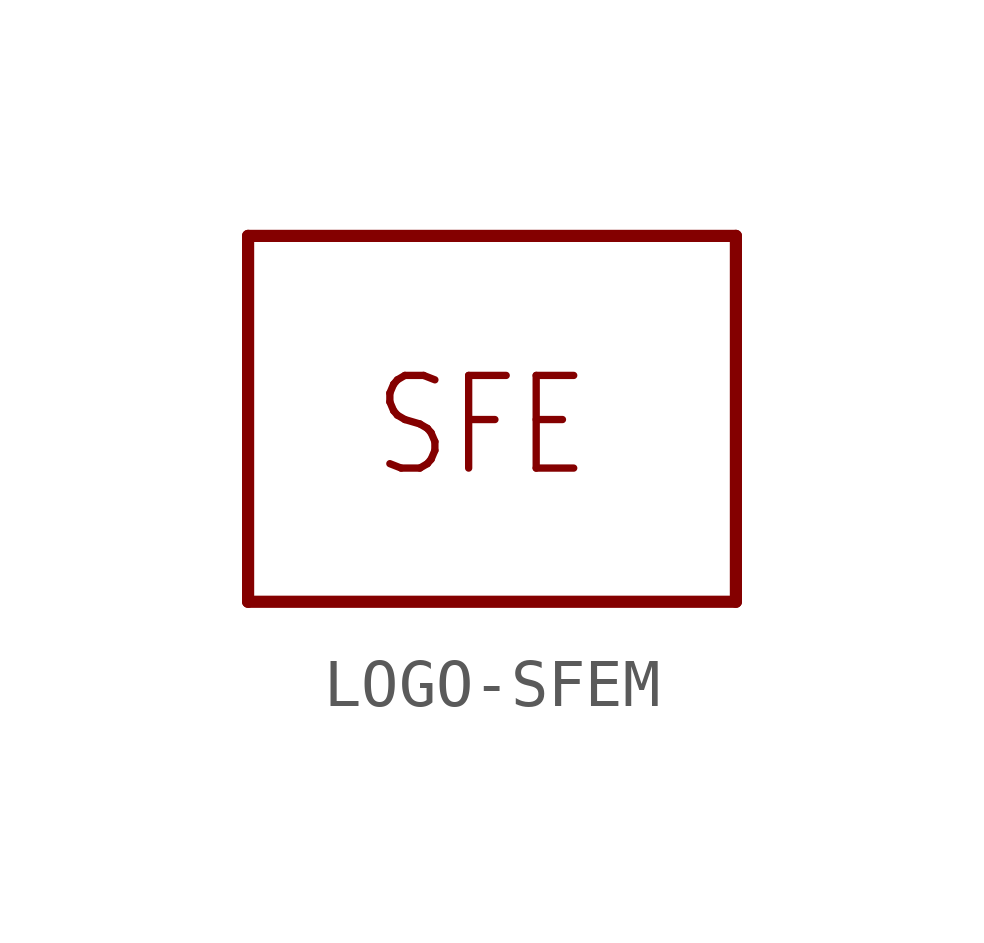
<source format=kicad_sym>
(kicad_symbol_lib
  (version 20231120)
  (generator "kicad_symbol_editor")
  (generator_version "8.0")
  (symbol "LOGO-SFEM"
    (property "Reference" "LOGO"
      (at 0 0 0)
      (effects (font (size 1.27 1.27)) (hide yes)))
    (property "ki_locked" ""
      (at 0 0 0)
      (effects (font (size 1.27 1.27))))
    (symbol "LOGO-SFEM_1_0"
      (polyline (pts (xy -2.54 -2.54) (xy 7.62 -2.54)) (stroke (width 0.254) (type solid)) (fill (type none)))
      (polyline (pts (xy -2.54 5.08) (xy -2.54 -2.54)) (stroke (width 0.254) (type solid)) (fill (type none)))
      (polyline (pts (xy 7.62 -2.54) (xy 7.62 5.08)) (stroke (width 0.254) (type solid)) (fill (type none)))
      (polyline (pts (xy 7.62 5.08) (xy -2.54 5.08)) (stroke (width 0.254) (type solid)) (fill (type none)))
      (text "SFE" (at 0 0 0) (effects (font (size 1.93 1.641)) (justify left bottom))))))
</source>
